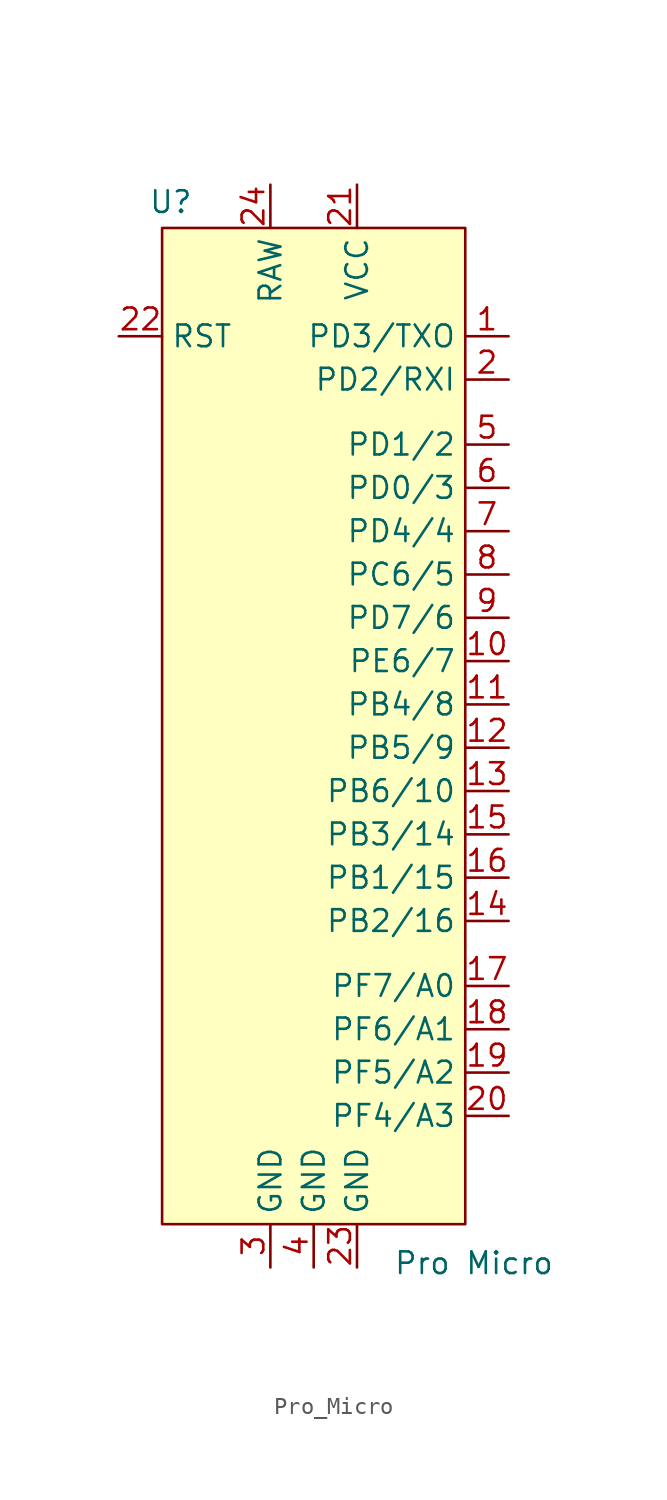
<source format=kicad_sym>
(kicad_symbol_lib
  (version 20231120)
  (generator "kicad_symbol_editor")
  (generator_version "8.0")
  (symbol "Pro_Micro"
    (property "Reference" "U"
      (at -8.382 30.734 0)
      (effects (font (size 1.27 1.27))))
    (property "Value" "Pro Micro"
      (at 9.398 -31.496 0)
      (effects (font (size 1.27 1.27))))
    (symbol "Pro_Micro_1_1"
      (rectangle (start -8.89 29.21) (end 8.89 -29.21) (stroke (width 0) (type default)) (fill (type background)))
      (pin bidirectional line (at 11.43 22.86 180) (length 2.54) (name "PD3/TXO" (effects (font (size 1.27 1.27)))) (number "1" (effects (font (size 1.27 1.27)))))
      (pin bidirectional line (at 11.43 3.81 180) (length 2.54) (name "PE6/7" (effects (font (size 1.27 1.27)))) (number "10" (effects (font (size 1.27 1.27)))))
      (pin bidirectional line (at 11.43 1.27 180) (length 2.54) (name "PB4/8" (effects (font (size 1.27 1.27)))) (number "11" (effects (font (size 1.27 1.27)))))
      (pin bidirectional line (at 11.43 -1.27 180) (length 2.54) (name "PB5/9" (effects (font (size 1.27 1.27)))) (number "12" (effects (font (size 1.27 1.27)))))
      (pin bidirectional line (at 11.43 -3.81 180) (length 2.54) (name "PB6/10" (effects (font (size 1.27 1.27)))) (number "13" (effects (font (size 1.27 1.27)))))
      (pin bidirectional line (at 11.43 -11.43 180) (length 2.54) (name "PB2/16" (effects (font (size 1.27 1.27)))) (number "14" (effects (font (size 1.27 1.27)))))
      (pin bidirectional line (at 11.43 -6.35 180) (length 2.54) (name "PB3/14" (effects (font (size 1.27 1.27)))) (number "15" (effects (font (size 1.27 1.27)))))
      (pin bidirectional line (at 11.43 -8.89 180) (length 2.54) (name "PB1/15" (effects (font (size 1.27 1.27)))) (number "16" (effects (font (size 1.27 1.27)))))
      (pin bidirectional line (at 11.43 -15.24 180) (length 2.54) (name "PF7/A0" (effects (font (size 1.27 1.27)))) (number "17" (effects (font (size 1.27 1.27)))))
      (pin bidirectional line (at 11.43 -17.78 180) (length 2.54) (name "PF6/A1" (effects (font (size 1.27 1.27)))) (number "18" (effects (font (size 1.27 1.27)))))
      (pin bidirectional line (at 11.43 -20.32 180) (length 2.54) (name "PF5/A2" (effects (font (size 1.27 1.27)))) (number "19" (effects (font (size 1.27 1.27)))))
      (pin bidirectional line (at 11.43 20.32 180) (length 2.54) (name "PD2/RXI" (effects (font (size 1.27 1.27)))) (number "2" (effects (font (size 1.27 1.27)))))
      (pin bidirectional line (at 11.43 -22.86 180) (length 2.54) (name "PF4/A3" (effects (font (size 1.27 1.27)))) (number "20" (effects (font (size 1.27 1.27)))))
      (pin passive line (at 2.54 31.75 270) (length 2.54) (name "VCC" (effects (font (size 1.27 1.27)))) (number "21" (effects (font (size 1.27 1.27)))))
      (pin input line (at -11.43 22.86 0) (length 2.54) (name "RST" (effects (font (size 1.27 1.27)))) (number "22" (effects (font (size 1.27 1.27)))))
      (pin passive line (at 2.54 -31.75 90) (length 2.54) (name "GND" (effects (font (size 1.27 1.27)))) (number "23" (effects (font (size 1.27 1.27)))))
      (pin passive line (at -2.54 31.75 270) (length 2.54) (name "RAW" (effects (font (size 1.27 1.27)))) (number "24" (effects (font (size 1.27 1.27)))))
      (pin passive line (at -2.54 -31.75 90) (length 2.54) (name "GND" (effects (font (size 1.27 1.27)))) (number "3" (effects (font (size 1.27 1.27)))))
      (pin passive line (at 0 -31.75 90) (length 2.54) (name "GND" (effects (font (size 1.27 1.27)))) (number "4" (effects (font (size 1.27 1.27)))))
      (pin bidirectional line (at 11.43 16.51 180) (length 2.54) (name "PD1/2" (effects (font (size 1.27 1.27)))) (number "5" (effects (font (size 1.27 1.27)))))
      (pin bidirectional line (at 11.43 13.97 180) (length 2.54) (name "PD0/3" (effects (font (size 1.27 1.27)))) (number "6" (effects (font (size 1.27 1.27)))))
      (pin bidirectional line (at 11.43 11.43 180) (length 2.54) (name "PD4/4" (effects (font (size 1.27 1.27)))) (number "7" (effects (font (size 1.27 1.27)))))
      (pin bidirectional line (at 11.43 8.89 180) (length 2.54) (name "PC6/5" (effects (font (size 1.27 1.27)))) (number "8" (effects (font (size 1.27 1.27)))))
      (pin bidirectional line (at 11.43 6.35 180) (length 2.54) (name "PD7/6" (effects (font (size 1.27 1.27)))) (number "9" (effects (font (size 1.27 1.27))))))))
</source>
